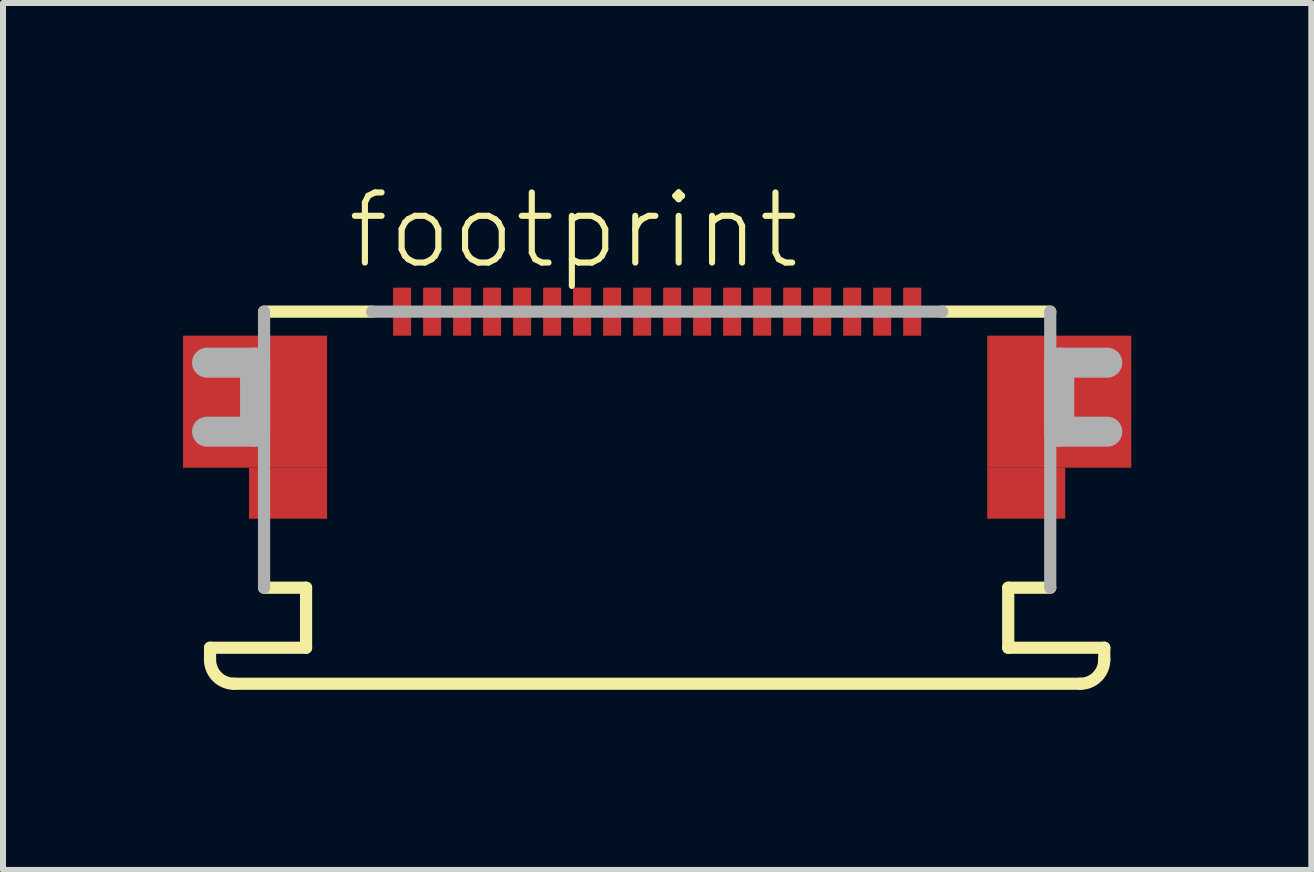
<source format=kicad_pcb>
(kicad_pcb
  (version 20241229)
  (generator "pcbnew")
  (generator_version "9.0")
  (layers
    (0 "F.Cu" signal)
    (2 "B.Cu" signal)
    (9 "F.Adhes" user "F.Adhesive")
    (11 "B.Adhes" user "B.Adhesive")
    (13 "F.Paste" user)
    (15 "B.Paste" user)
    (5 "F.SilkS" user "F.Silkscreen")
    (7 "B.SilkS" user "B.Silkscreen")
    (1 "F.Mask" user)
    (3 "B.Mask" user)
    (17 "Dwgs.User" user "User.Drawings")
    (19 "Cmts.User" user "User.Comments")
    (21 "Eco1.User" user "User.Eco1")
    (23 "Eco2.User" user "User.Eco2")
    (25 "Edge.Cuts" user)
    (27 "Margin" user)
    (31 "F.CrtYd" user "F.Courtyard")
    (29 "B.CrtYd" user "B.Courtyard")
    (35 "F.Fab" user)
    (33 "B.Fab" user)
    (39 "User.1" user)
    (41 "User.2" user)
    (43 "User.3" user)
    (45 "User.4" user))
  (footprint "footprint"
    (layer "F.Cu")
    (at 7.9 2.743)
    (property "Reference" "footprint" (at -5.215 -1.27 0) (layer "F.SilkS") (effects (font (size 1.168 1.168) (thickness 0.102)) (justify left bottom)))
    (fp_poly (pts (xy -7.9 2) (xy -5.5 2) (xy -5.5 -0.2) (xy -7.9 -0.2)) (stroke (width 0) (type solid)) (fill yes) (layer "F.Cu"))
    (fp_poly (pts (xy -6.8 2.85) (xy -5.5 2.85) (xy -5.5 2) (xy -6.8 2)) (stroke (width 0) (type solid)) (fill yes) (layer "F.Cu"))
    (fp_poly (pts (xy 5.5 2) (xy 7.9 2) (xy 7.9 -0.2) (xy 5.5 -0.2)) (stroke (width 0) (type solid)) (fill yes) (layer "F.Cu"))
    (fp_poly (pts (xy 5.5 2.85) (xy 6.8 2.85) (xy 6.8 2) (xy 5.5 2)) (stroke (width 0) (type solid)) (fill yes) (layer "F.Cu"))
    (fp_poly (pts (xy -7.9 2) (xy -5.5 2) (xy -5.5 -0.2) (xy -7.9 -0.2)) (stroke (width 0) (type solid)) (fill yes) (layer "F.Mask"))
    (fp_poly (pts (xy -6.8 2.85) (xy -5.5 2.85) (xy -5.5 2) (xy -6.8 2)) (stroke (width 0) (type solid)) (fill yes) (layer "F.Mask"))
    (fp_poly (pts (xy -4.425 -0.175) (xy -4.075 -0.175) (xy -4.075 -1.025) (xy -4.425 -1.025)) (stroke (width 0) (type solid)) (fill yes) (layer "F.Mask"))
    (fp_poly (pts (xy -3.925 -0.175) (xy -3.575 -0.175) (xy -3.575 -1.025) (xy -3.925 -1.025)) (stroke (width 0) (type solid)) (fill yes) (layer "F.Mask"))
    (fp_poly (pts (xy -3.425 -0.175) (xy -3.075 -0.175) (xy -3.075 -1.025) (xy -3.425 -1.025)) (stroke (width 0) (type solid)) (fill yes) (layer "F.Mask"))
    (fp_poly (pts (xy -2.925 -0.175) (xy -2.575 -0.175) (xy -2.575 -1.025) (xy -2.925 -1.025)) (stroke (width 0) (type solid)) (fill yes) (layer "F.Mask"))
    (fp_poly (pts (xy -2.425 -0.175) (xy -2.075 -0.175) (xy -2.075 -1.025) (xy -2.425 -1.025)) (stroke (width 0) (type solid)) (fill yes) (layer "F.Mask"))
    (fp_poly (pts (xy -1.925 -0.175) (xy -1.575 -0.175) (xy -1.575 -1.025) (xy -1.925 -1.025)) (stroke (width 0) (type solid)) (fill yes) (layer "F.Mask"))
    (fp_poly (pts (xy -1.425 -0.175) (xy -1.075 -0.175) (xy -1.075 -1.025) (xy -1.425 -1.025)) (stroke (width 0) (type solid)) (fill yes) (layer "F.Mask"))
    (fp_poly (pts (xy -0.925 -0.175) (xy -0.575 -0.175) (xy -0.575 -1.025) (xy -0.925 -1.025)) (stroke (width 0) (type solid)) (fill yes) (layer "F.Mask"))
    (fp_poly (pts (xy -0.425 -0.175) (xy -0.075 -0.175) (xy -0.075 -1.025) (xy -0.425 -1.025)) (stroke (width 0) (type solid)) (fill yes) (layer "F.Mask"))
    (fp_poly (pts (xy 0.075 -0.175) (xy 0.425 -0.175) (xy 0.425 -1.025) (xy 0.075 -1.025)) (stroke (width 0) (type solid)) (fill yes) (layer "F.Mask"))
    (fp_poly (pts (xy 0.575 -0.175) (xy 0.925 -0.175) (xy 0.925 -1.025) (xy 0.575 -1.025)) (stroke (width 0) (type solid)) (fill yes) (layer "F.Mask"))
    (fp_poly (pts (xy 1.075 -0.175) (xy 1.425 -0.175) (xy 1.425 -1.025) (xy 1.075 -1.025)) (stroke (width 0) (type solid)) (fill yes) (layer "F.Mask"))
    (fp_poly (pts (xy 1.575 -0.175) (xy 1.925 -0.175) (xy 1.925 -1.025) (xy 1.575 -1.025)) (stroke (width 0) (type solid)) (fill yes) (layer "F.Mask"))
    (fp_poly (pts (xy 2.075 -0.175) (xy 2.425 -0.175) (xy 2.425 -1.025) (xy 2.075 -1.025)) (stroke (width 0) (type solid)) (fill yes) (layer "F.Mask"))
    (fp_poly (pts (xy 2.575 -0.175) (xy 2.925 -0.175) (xy 2.925 -1.025) (xy 2.575 -1.025)) (stroke (width 0) (type solid)) (fill yes) (layer "F.Mask"))
    (fp_poly (pts (xy 3.075 -0.175) (xy 3.425 -0.175) (xy 3.425 -1.025) (xy 3.075 -1.025)) (stroke (width 0) (type solid)) (fill yes) (layer "F.Mask"))
    (fp_poly (pts (xy 3.575 -0.175) (xy 3.925 -0.175) (xy 3.925 -1.025) (xy 3.575 -1.025)) (stroke (width 0) (type solid)) (fill yes) (layer "F.Mask"))
    (fp_poly (pts (xy 4.075 -0.175) (xy 4.425 -0.175) (xy 4.425 -1.025) (xy 4.075 -1.025)) (stroke (width 0) (type solid)) (fill yes) (layer "F.Mask"))
    (fp_poly (pts (xy 5.5 2) (xy 7.9 2) (xy 7.9 -0.2) (xy 5.5 -0.2)) (stroke (width 0) (type solid)) (fill yes) (layer "F.Mask"))
    (fp_poly (pts (xy 5.5 2.85) (xy 6.8 2.85) (xy 6.8 2) (xy 5.5 2)) (stroke (width 0) (type solid)) (fill yes) (layer "F.Mask"))
    (fp_line (start -7.45 5) (end -5.85 5) (stroke (width 0.203) (type solid)) (layer "F.SilkS"))
    (fp_line (start -7.45 5.2) (end -7.45 5) (stroke (width 0.203) (type solid)) (layer "F.SilkS"))
    (fp_line (start -6.55 -0.6) (end -4.75 -0.6) (stroke (width 0.203) (type solid)) (layer "F.SilkS"))
    (fp_line (start -5.85 4) (end -6.55 4) (stroke (width 0.203) (type solid)) (layer "F.SilkS"))
    (fp_line (start -5.85 5) (end -5.85 4) (stroke (width 0.203) (type solid)) (layer "F.SilkS"))
    (fp_line (start 4.75 -0.6) (end 6.55 -0.6) (stroke (width 0.203) (type solid)) (layer "F.SilkS"))
    (fp_line (start 5.85 4) (end 5.85 5) (stroke (width 0.203) (type solid)) (layer "F.SilkS"))
    (fp_line (start 5.85 5) (end 7.45 5) (stroke (width 0.203) (type solid)) (layer "F.SilkS"))
    (fp_line (start 6.55 4) (end 5.85 4) (stroke (width 0.203) (type solid)) (layer "F.SilkS"))
    (fp_line (start 7.05 5.6) (end -7.05 5.6) (stroke (width 0.203) (type solid)) (layer "F.SilkS"))
    (fp_line (start 7.45 5) (end 7.45 5.2) (stroke (width 0.203) (type solid)) (layer "F.SilkS"))
    (fp_arc (start -7.05 5.6) (mid -7.332843 5.482843) (end -7.45 5.2) (stroke (width 0.2032) (type solid)) (layer "F.SilkS"))
    (fp_arc (start 7.45 5.2) (mid 7.332843 5.482843) (end 7.05 5.6) (stroke (width 0.2032) (type solid)) (layer "F.SilkS"))
    (fp_poly (pts (xy -7.775 1.9) (xy -5.6 1.9) (xy -5.6 -0.075) (xy -7.775 -0.075)) (stroke (width 0) (type solid)) (fill yes) (layer "F.Paste"))
    (fp_poly (pts (xy -6.7 2.75) (xy -5.6 2.75) (xy -5.6 1.9) (xy -6.7 1.9)) (stroke (width 0) (type solid)) (fill yes) (layer "F.Paste"))
    (fp_poly (pts (xy 5.6 1.9) (xy 7.775 1.9) (xy 7.775 -0.075) (xy 5.6 -0.075)) (stroke (width 0) (type solid)) (fill yes) (layer "F.Paste"))
    (fp_poly (pts (xy 5.6 2.75) (xy 6.7 2.75) (xy 6.7 1.9) (xy 5.6 1.9)) (stroke (width 0) (type solid)) (fill yes) (layer "F.Paste"))
    (fp_line (start -7.5 0.25) (end -6.7 0.25) (stroke (width 0.5) (type solid)) (layer "F.Fab"))
    (fp_line (start -6.7 0.25) (end -6.7 1.4) (stroke (width 0.5) (type solid)) (layer "F.Fab"))
    (fp_line (start -6.7 1.4) (end -7.5 1.4) (stroke (width 0.5) (type solid)) (layer "F.Fab"))
    (fp_line (start -6.55 4) (end -6.55 -0.6) (stroke (width 0.203) (type solid)) (layer "F.Fab"))
    (fp_line (start -4.75 -0.6) (end 4.75 -0.6) (stroke (width 0.203) (type solid)) (layer "F.Fab"))
    (fp_line (start 6.55 -0.6) (end 6.55 4) (stroke (width 0.203) (type solid)) (layer "F.Fab"))
    (fp_line (start 6.7 0.25) (end 7.5 0.25) (stroke (width 0.5) (type solid)) (layer "F.Fab"))
    (fp_line (start 6.7 1.4) (end 6.7 0.25) (stroke (width 0.5) (type solid)) (layer "F.Fab"))
    (fp_line (start 7.5 1.4) (end 6.7 1.4) (stroke (width 0.5) (type solid)) (layer "F.Fab"))
    (pad "1" smd rect (at -4.25 -0.6) (size 0.3 0.8) (layers "F.Cu" "F.Paste"))
    (pad "2" smd rect (at -3.75 -0.6) (size 0.3 0.8) (layers "F.Cu" "F.Paste"))
    (pad "3" smd rect (at -3.25 -0.6) (size 0.3 0.8) (layers "F.Cu" "F.Paste"))
    (pad "4" smd rect (at -2.75 -0.6) (size 0.3 0.8) (layers "F.Cu" "F.Paste"))
    (pad "5" smd rect (at -2.25 -0.6) (size 0.3 0.8) (layers "F.Cu" "F.Paste"))
    (pad "6" smd rect (at -1.75 -0.6) (size 0.3 0.8) (layers "F.Cu" "F.Paste"))
    (pad "7" smd rect (at -1.25 -0.6) (size 0.3 0.8) (layers "F.Cu" "F.Paste"))
    (pad "8" smd rect (at -0.75 -0.6) (size 0.3 0.8) (layers "F.Cu" "F.Paste"))
    (pad "9" smd rect (at -0.25 -0.6) (size 0.3 0.8) (layers "F.Cu" "F.Paste"))
    (pad "10" smd rect (at 0.25 -0.6) (size 0.3 0.8) (layers "F.Cu" "F.Paste"))
    (pad "11" smd rect (at 0.75 -0.6) (size 0.3 0.8) (layers "F.Cu" "F.Paste"))
    (pad "12" smd rect (at 1.25 -0.6) (size 0.3 0.8) (layers "F.Cu" "F.Paste"))
    (pad "13" smd rect (at 1.75 -0.6) (size 0.3 0.8) (layers "F.Cu" "F.Paste"))
    (pad "14" smd rect (at 2.25 -0.6) (size 0.3 0.8) (layers "F.Cu" "F.Paste"))
    (pad "15" smd rect (at 2.75 -0.6) (size 0.3 0.8) (layers "F.Cu" "F.Paste"))
    (pad "16" smd rect (at 3.25 -0.6) (size 0.3 0.8) (layers "F.Cu" "F.Paste"))
    (pad "17" smd rect (at 3.75 -0.6) (size 0.3 0.8) (layers "F.Cu" "F.Paste"))
    (pad "18" smd rect (at 4.25 -0.6) (size 0.3 0.8) (layers "F.Cu" "F.Paste")))
  (gr_rect
    (start -3 -3)
    (end 18.8 11.445)
    (stroke (width 0.1) (type default))
    (fill no)
    (layer "Edge.Cuts")))
</source>
